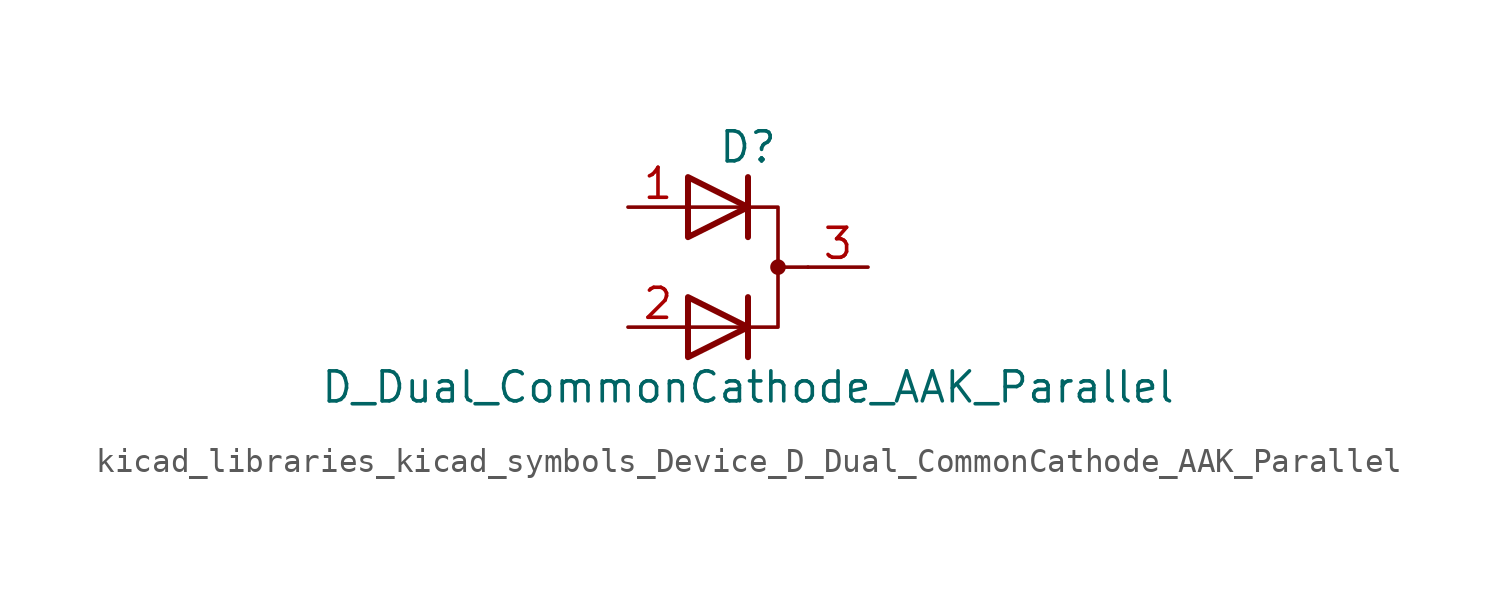
<source format=kicad_sym>
(kicad_symbol_lib
  (version 20220914)
  (generator kicad_symbol_editor)
  (symbol "kicad_libraries_kicad_symbols_Device_D_Dual_CommonCathode_AAK_Parallel"
    (pin_names
      (offset 0.762) hide)
    (property "Reference" "D"
      (at 0 5.08 0)
      (effects (font (size 1.27 1.27))))
    (property "Value" "D_Dual_CommonCathode_AAK_Parallel"
      (at 0 -5.08 0)
      (effects (font (size 1.27 1.27))))
    (symbol "kicad_libraries_kicad_symbols_Device_D_Dual_CommonCathode_AAK_Parallel_0_0"
      (polyline (pts (xy 0 -1.27) (xy 0 -3.81)) (stroke (width 0.254) (type default)) (fill (type none)))
      (polyline (pts (xy 0 1.27) (xy 0 3.81)) (stroke (width 0.254) (type default)) (fill (type none))))
    (symbol "kicad_libraries_kicad_symbols_Device_D_Dual_CommonCathode_AAK_Parallel_0_1"
      (polyline (pts (xy 1.27 0) (xy 2.54 0)) (stroke (width 0) (type default)) (fill (type none)))
      (polyline (pts (xy -2.54 -2.54) (xy 1.27 -2.54) (xy 1.27 2.54) (xy -2.54 2.54)) (stroke (width 0) (type default)) (fill (type none)))
      (polyline (pts (xy -2.54 -1.27) (xy 0 -2.54) (xy -2.54 -3.81) (xy -2.54 -1.27) (xy -2.54 -1.27) (xy -2.54 -1.27)) (stroke (width 0.254) (type default)) (fill (type none)))
      (polyline (pts (xy -2.54 3.81) (xy 0 2.54) (xy -2.54 1.27) (xy -2.54 3.81) (xy -2.54 3.81) (xy -2.54 3.81)) (stroke (width 0.254) (type default)) (fill (type none)))
      (circle (center 1.27 0) (radius 0.254) (stroke (width 0) (type default)) (fill (type outline)))
      (pin passive line (at -5.08 2.54 0) (length 2.54) (name "K" (effects (font (size 1.27 1.27)))) (number "1" (effects (font (size 1.27 1.27)))))
      (pin passive line (at -5.08 -2.54 0) (length 2.54) (name "K" (effects (font (size 1.27 1.27)))) (number "2" (effects (font (size 1.27 1.27)))))
      (pin passive line (at 5.08 0 180) (length 2.54) (name "A" (effects (font (size 1.27 1.27)))) (number "3" (effects (font (size 1.27 1.27))))))))
</source>
